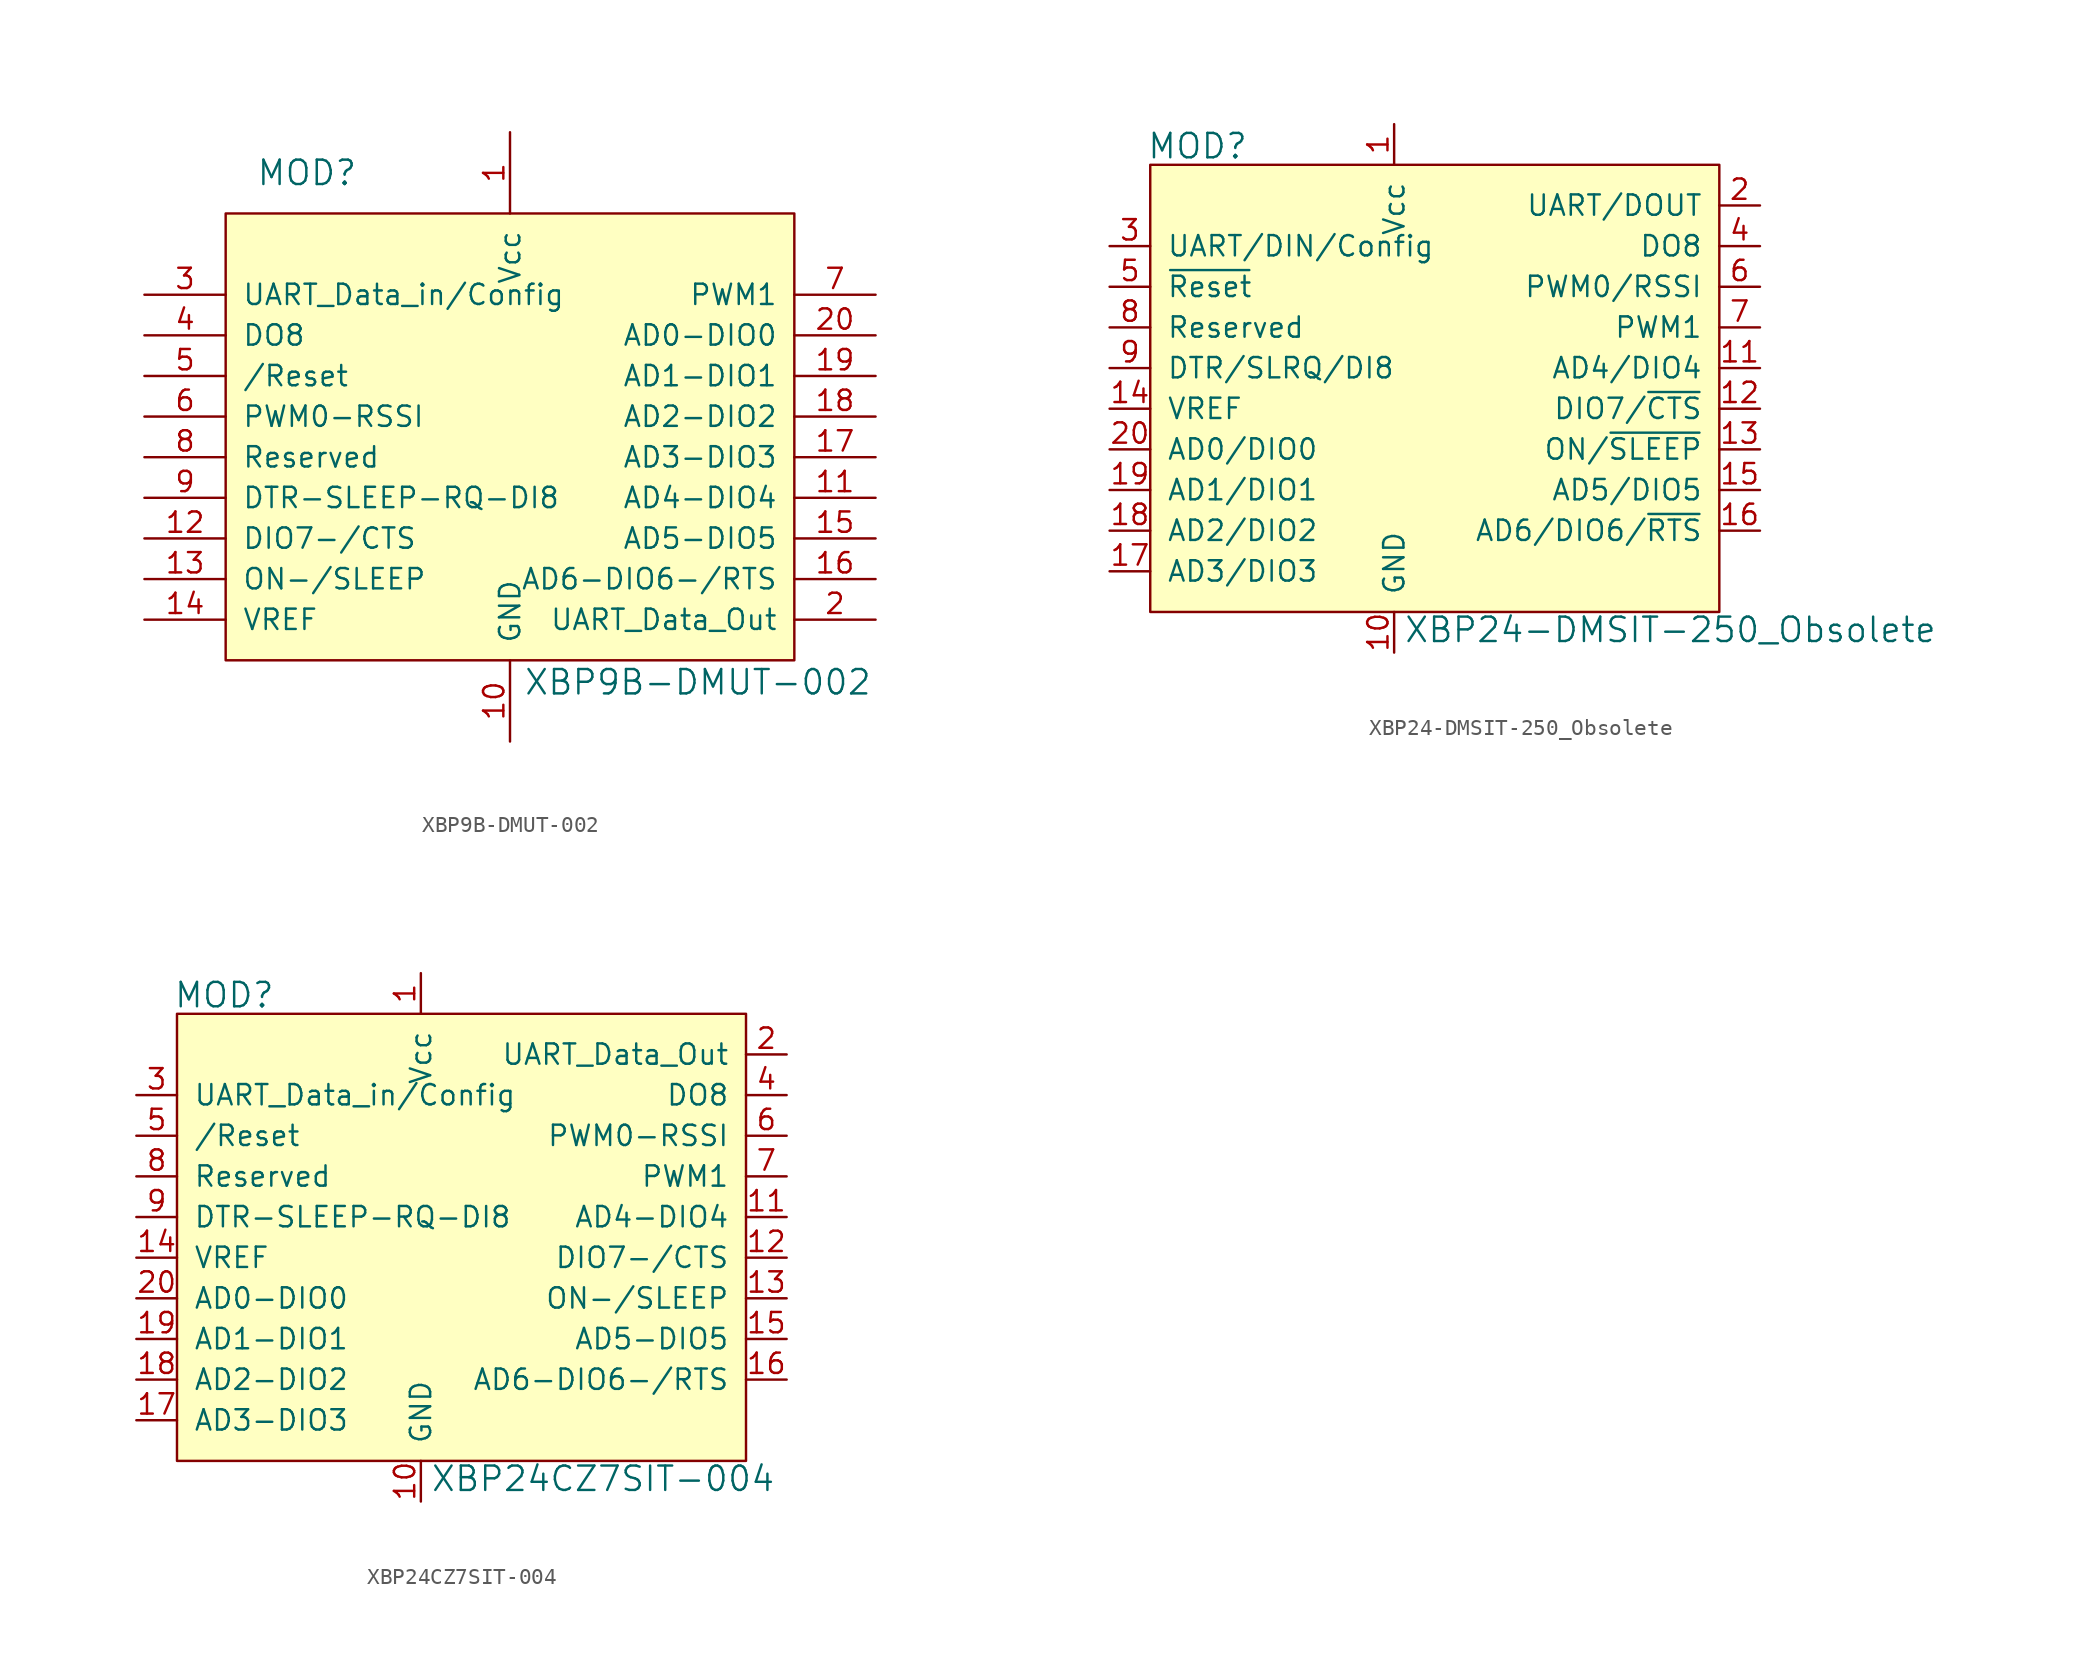
<source format=kicad_sym>
(kicad_symbol_lib
  (version 20201005)
  (generator kicad_symbol_editor)
  (symbol "XBP9B-DMUT-002"
    (pin_names
      (offset 1.016))
    (property "Reference" "MOD"
      (at -12.7 10.16 0)
      (effects (font (size 1.524 1.524))))
    (property "Value" "XBP9B-DMUT-002"
      (at 0.838 -21.692 0)
      (effects (font (size 1.524 1.524)) (justify left)))
    (symbol "XBP9B-DMUT-002_0_1"
      (rectangle (start -17.78 7.62) (end 17.78 -20.32) (stroke (width 0)) (fill (type background))))
    (symbol "XBP9B-DMUT-002_1_1"
      (pin power_in line (at 0 12.7 270) (length 5.08) (name "Vcc" (effects (font (size 1.27 1.27)))) (number "1" (effects (font (size 1.27 1.27)))))
      (pin output line (at 22.86 -17.78 180) (length 5.08) (name "UART_Data_Out" (effects (font (size 1.27 1.27)))) (number "2" (effects (font (size 1.27 1.27)))))
      (pin input line (at -22.86 2.54 0) (length 5.08) (name "UART_Data_in/Config" (effects (font (size 1.27 1.27)))) (number "3" (effects (font (size 1.27 1.27)))))
      (pin bidirectional line (at -22.86 0 0) (length 5.08) (name "DO8" (effects (font (size 1.27 1.27)))) (number "4" (effects (font (size 1.27 1.27)))))
      (pin input line (at -22.86 -2.54 0) (length 5.08) (name "/Reset" (effects (font (size 1.27 1.27)))) (number "5" (effects (font (size 1.27 1.27)))))
      (pin bidirectional line (at -22.86 -5.08 0) (length 5.08) (name "PWM0-RSSI" (effects (font (size 1.27 1.27)))) (number "6" (effects (font (size 1.27 1.27)))))
      (pin output line (at 22.86 2.54 180) (length 5.08) (name "PWM1" (effects (font (size 1.27 1.27)))) (number "7" (effects (font (size 1.27 1.27)))))
      (pin bidirectional line (at -22.86 -7.62 0) (length 5.08) (name "Reserved" (effects (font (size 1.27 1.27)))) (number "8" (effects (font (size 1.27 1.27)))))
      (pin bidirectional line (at -22.86 -10.16 0) (length 5.08) (name "DTR-SLEEP-RQ-DI8" (effects (font (size 1.27 1.27)))) (number "9" (effects (font (size 1.27 1.27)))))
      (pin power_in line (at 0 -25.4 90) (length 5.08) (name "GND" (effects (font (size 1.27 1.27)))) (number "10" (effects (font (size 1.27 1.27)))))
      (pin bidirectional line (at 22.86 0 180) (length 5.08) (name "AD0-DIO0" (effects (font (size 1.27 1.27)))) (number "20" (effects (font (size 1.27 1.27)))))
      (pin bidirectional line (at 22.86 -10.16 180) (length 5.08) (name "AD4-DIO4" (effects (font (size 1.27 1.27)))) (number "11" (effects (font (size 1.27 1.27)))))
      (pin bidirectional line (at -22.86 -12.7 0) (length 5.08) (name "DIO7-/CTS" (effects (font (size 1.27 1.27)))) (number "12" (effects (font (size 1.27 1.27)))))
      (pin input line (at -22.86 -15.24 0) (length 5.08) (name "ON-/SLEEP" (effects (font (size 1.27 1.27)))) (number "13" (effects (font (size 1.27 1.27)))))
      (pin input line (at -22.86 -17.78 0) (length 5.08) (name "VREF" (effects (font (size 1.27 1.27)))) (number "14" (effects (font (size 1.27 1.27)))))
      (pin bidirectional line (at 22.86 -12.7 180) (length 5.08) (name "AD5-DIO5" (effects (font (size 1.27 1.27)))) (number "15" (effects (font (size 1.27 1.27)))))
      (pin bidirectional line (at 22.86 -15.24 180) (length 5.08) (name "AD6-DIO6-/RTS" (effects (font (size 1.27 1.27)))) (number "16" (effects (font (size 1.27 1.27)))))
      (pin bidirectional line (at 22.86 -7.62 180) (length 5.08) (name "AD3-DIO3" (effects (font (size 1.27 1.27)))) (number "17" (effects (font (size 1.27 1.27)))))
      (pin bidirectional line (at 22.86 -5.08 180) (length 5.08) (name "AD2-DIO2" (effects (font (size 1.27 1.27)))) (number "18" (effects (font (size 1.27 1.27)))))
      (pin bidirectional line (at 22.86 -2.54 180) (length 5.08) (name "AD1-DIO1" (effects (font (size 1.27 1.27)))) (number "19" (effects (font (size 1.27 1.27)))))))
  (symbol "XBP24-DMSIT-250_Obsolete"
    (pin_names
      (offset 1.016))
    (property "Reference" "MOD"
      (at -18.009 18.948 0)
      (effects (font (size 1.524 1.524)) (justify left)))
    (property "Value" "XBP24-DMSIT-250_Obsolete"
      (at -1.956 -11.278 0)
      (effects (font (size 1.524 1.524)) (justify left)))
    (symbol "XBP24-DMSIT-250_Obsolete_0_1"
      (rectangle (start -17.78 17.78) (end 17.78 -10.16) (stroke (width 0)) (fill (type background))))
    (symbol "XBP24-DMSIT-250_Obsolete_1_1"
      (pin power_in line (at -2.54 20.32 270) (length 2.54) (name "Vcc" (effects (font (size 1.27 1.27)))) (number "1" (effects (font (size 1.27 1.27)))))
      (pin output line (at 20.32 15.24 180) (length 2.54) (name "UART/DOUT" (effects (font (size 1.27 1.27)))) (number "2" (effects (font (size 1.27 1.27)))))
      (pin input line (at -20.32 12.7 0) (length 2.54) (name "UART/DIN/Config" (effects (font (size 1.27 1.27)))) (number "3" (effects (font (size 1.27 1.27)))))
      (pin output line (at 20.32 12.7 180) (length 2.54) (name "DO8" (effects (font (size 1.27 1.27)))) (number "4" (effects (font (size 1.27 1.27)))))
      (pin input line (at -20.32 10.16 0) (length 2.54) (name "~Reset" (effects (font (size 1.27 1.27)))) (number "5" (effects (font (size 1.27 1.27)))))
      (pin output line (at 20.32 10.16 180) (length 2.54) (name "PWM0/RSSI" (effects (font (size 1.27 1.27)))) (number "6" (effects (font (size 1.27 1.27)))))
      (pin output line (at 20.32 7.62 180) (length 2.54) (name "PWM1" (effects (font (size 1.27 1.27)))) (number "7" (effects (font (size 1.27 1.27)))))
      (pin bidirectional line (at -20.32 7.62 0) (length 2.54) (name "Reserved" (effects (font (size 1.27 1.27)))) (number "8" (effects (font (size 1.27 1.27)))))
      (pin input line (at -20.32 5.08 0) (length 2.54) (name "DTR/SLRQ/DI8" (effects (font (size 1.27 1.27)))) (number "9" (effects (font (size 1.27 1.27)))))
      (pin power_in line (at -2.54 -12.7 90) (length 2.54) (name "GND" (effects (font (size 1.27 1.27)))) (number "10" (effects (font (size 1.27 1.27)))))
      (pin bidirectional line (at -20.32 0 0) (length 2.54) (name "AD0/DIO0" (effects (font (size 1.27 1.27)))) (number "20" (effects (font (size 1.27 1.27)))))
      (pin bidirectional line (at 20.32 5.08 180) (length 2.54) (name "AD4/DIO4" (effects (font (size 1.27 1.27)))) (number "11" (effects (font (size 1.27 1.27)))))
      (pin bidirectional line (at 20.32 2.54 180) (length 2.54) (name "DIO7/~CTS" (effects (font (size 1.27 1.27)))) (number "12" (effects (font (size 1.27 1.27)))))
      (pin output line (at 20.32 0 180) (length 2.54) (name "ON/~SLEEP" (effects (font (size 1.27 1.27)))) (number "13" (effects (font (size 1.27 1.27)))))
      (pin input line (at -20.32 2.54 0) (length 2.54) (name "VREF" (effects (font (size 1.27 1.27)))) (number "14" (effects (font (size 1.27 1.27)))))
      (pin bidirectional line (at 20.32 -2.54 180) (length 2.54) (name "AD5/DIO5" (effects (font (size 1.27 1.27)))) (number "15" (effects (font (size 1.27 1.27)))))
      (pin bidirectional line (at 20.32 -5.08 180) (length 2.54) (name "AD6/DIO6/~RTS" (effects (font (size 1.27 1.27)))) (number "16" (effects (font (size 1.27 1.27)))))
      (pin bidirectional line (at -20.32 -7.62 0) (length 2.54) (name "AD3/DIO3" (effects (font (size 1.27 1.27)))) (number "17" (effects (font (size 1.27 1.27)))))
      (pin bidirectional line (at -20.32 -5.08 0) (length 2.54) (name "AD2/DIO2" (effects (font (size 1.27 1.27)))) (number "18" (effects (font (size 1.27 1.27)))))
      (pin bidirectional line (at -20.32 -2.54 0) (length 2.54) (name "AD1/DIO1" (effects (font (size 1.27 1.27)))) (number "19" (effects (font (size 1.27 1.27)))))))
  (symbol "XBP24CZ7SIT-004"
    (pin_names
      (offset 1.016))
    (property "Reference" "MOD"
      (at -18.009 18.948 0)
      (effects (font (size 1.524 1.524)) (justify left)))
    (property "Value" "XBP24CZ7SIT-004"
      (at -1.956 -11.278 0)
      (effects (font (size 1.524 1.524)) (justify left)))
    (symbol "XBP24CZ7SIT-004_0_1"
      (rectangle (start -17.78 17.78) (end 17.78 -10.16) (stroke (width 0)) (fill (type background))))
    (symbol "XBP24CZ7SIT-004_1_1"
      (pin power_in line (at -2.54 20.32 270) (length 2.54) (name "Vcc" (effects (font (size 1.27 1.27)))) (number "1" (effects (font (size 1.27 1.27)))))
      (pin output line (at 20.32 15.24 180) (length 2.54) (name "UART_Data_Out" (effects (font (size 1.27 1.27)))) (number "2" (effects (font (size 1.27 1.27)))))
      (pin input line (at -20.32 12.7 0) (length 2.54) (name "UART_Data_in/Config" (effects (font (size 1.27 1.27)))) (number "3" (effects (font (size 1.27 1.27)))))
      (pin output line (at 20.32 12.7 180) (length 2.54) (name "DO8" (effects (font (size 1.27 1.27)))) (number "4" (effects (font (size 1.27 1.27)))))
      (pin input line (at -20.32 10.16 0) (length 2.54) (name "/Reset" (effects (font (size 1.27 1.27)))) (number "5" (effects (font (size 1.27 1.27)))))
      (pin output line (at 20.32 10.16 180) (length 2.54) (name "PWM0-RSSI" (effects (font (size 1.27 1.27)))) (number "6" (effects (font (size 1.27 1.27)))))
      (pin output line (at 20.32 7.62 180) (length 2.54) (name "PWM1" (effects (font (size 1.27 1.27)))) (number "7" (effects (font (size 1.27 1.27)))))
      (pin bidirectional line (at -20.32 7.62 0) (length 2.54) (name "Reserved" (effects (font (size 1.27 1.27)))) (number "8" (effects (font (size 1.27 1.27)))))
      (pin input line (at -20.32 5.08 0) (length 2.54) (name "DTR-SLEEP-RQ-DI8" (effects (font (size 1.27 1.27)))) (number "9" (effects (font (size 1.27 1.27)))))
      (pin power_in line (at -2.54 -12.7 90) (length 2.54) (name "GND" (effects (font (size 1.27 1.27)))) (number "10" (effects (font (size 1.27 1.27)))))
      (pin bidirectional line (at -20.32 0 0) (length 2.54) (name "AD0-DIO0" (effects (font (size 1.27 1.27)))) (number "20" (effects (font (size 1.27 1.27)))))
      (pin bidirectional line (at 20.32 5.08 180) (length 2.54) (name "AD4-DIO4" (effects (font (size 1.27 1.27)))) (number "11" (effects (font (size 1.27 1.27)))))
      (pin bidirectional line (at 20.32 2.54 180) (length 2.54) (name "DIO7-/CTS" (effects (font (size 1.27 1.27)))) (number "12" (effects (font (size 1.27 1.27)))))
      (pin output line (at 20.32 0 180) (length 2.54) (name "ON-/SLEEP" (effects (font (size 1.27 1.27)))) (number "13" (effects (font (size 1.27 1.27)))))
      (pin input line (at -20.32 2.54 0) (length 2.54) (name "VREF" (effects (font (size 1.27 1.27)))) (number "14" (effects (font (size 1.27 1.27)))))
      (pin bidirectional line (at 20.32 -2.54 180) (length 2.54) (name "AD5-DIO5" (effects (font (size 1.27 1.27)))) (number "15" (effects (font (size 1.27 1.27)))))
      (pin bidirectional line (at 20.32 -5.08 180) (length 2.54) (name "AD6-DIO6-/RTS" (effects (font (size 1.27 1.27)))) (number "16" (effects (font (size 1.27 1.27)))))
      (pin bidirectional line (at -20.32 -7.62 0) (length 2.54) (name "AD3-DIO3" (effects (font (size 1.27 1.27)))) (number "17" (effects (font (size 1.27 1.27)))))
      (pin bidirectional line (at -20.32 -5.08 0) (length 2.54) (name "AD2-DIO2" (effects (font (size 1.27 1.27)))) (number "18" (effects (font (size 1.27 1.27)))))
      (pin bidirectional line (at -20.32 -2.54 0) (length 2.54) (name "AD1-DIO1" (effects (font (size 1.27 1.27)))) (number "19" (effects (font (size 1.27 1.27))))))))
</source>
